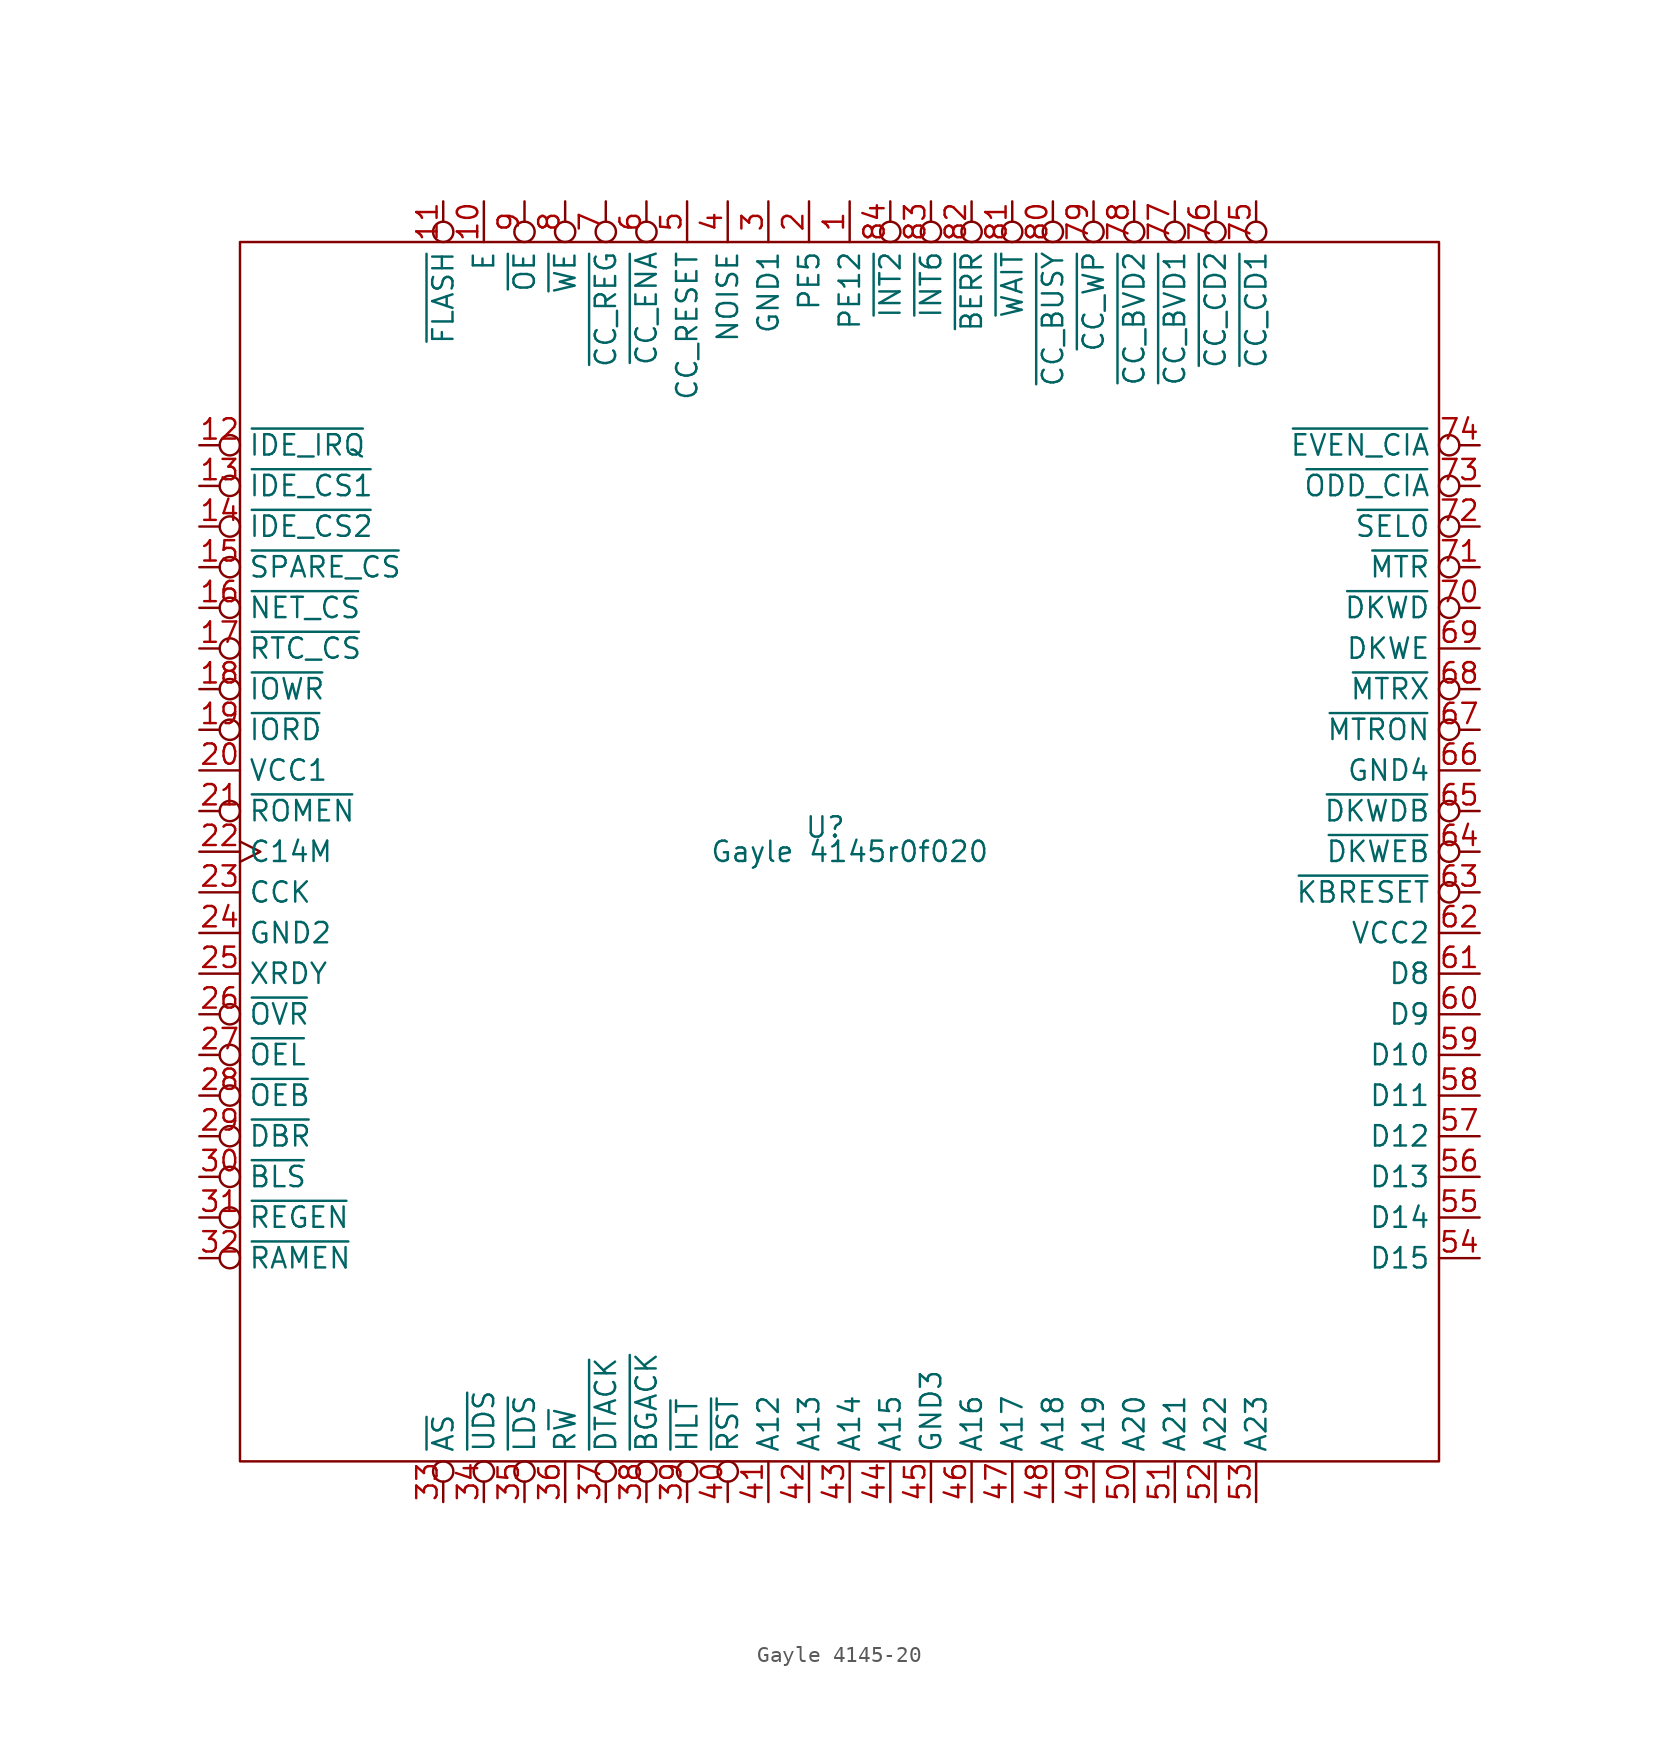
<source format=kicad_sym>
(kicad_symbol_lib
  (version 20241209)
  (generator "kicad_symbol_editor")
  (generator_version "9.0")
  (symbol "Gayle 4145-20"
    (property "Reference" "U"
      (at -1.524 1.524 0)
      (effects (font (size 1.27 1.27))))
    (property "Value" "Gayle 4145r0f020"
      (at 0 0 0)
      (effects (font (size 1.27 1.27))))
    (symbol "Gayle 4145-20_0_1"
      (rectangle (start -38.1 38.1) (end 36.83 -38.1) (stroke (width 0) (type default)) (fill (type none))))
    (symbol "Gayle 4145-20_1_1"
      (pin input inverted (at -40.64 25.4 0) (length 2.54) (name "~{IDE_IRQ}" (effects (font (size 1.27 1.27)))) (number "12" (effects (font (size 1.27 1.27)))))
      (pin output inverted (at -40.64 22.86 0) (length 2.54) (name "~{IDE_CS1}" (effects (font (size 1.27 1.27)))) (number "13" (effects (font (size 1.27 1.27)))))
      (pin output inverted (at -40.64 20.32 0) (length 2.54) (name "~{IDE_CS2}" (effects (font (size 1.27 1.27)))) (number "14" (effects (font (size 1.27 1.27)))))
      (pin output inverted (at -40.64 17.78 0) (length 2.54) (name "~{SPARE_CS}" (effects (font (size 1.27 1.27)))) (number "15" (effects (font (size 1.27 1.27)))))
      (pin output inverted (at -40.64 15.24 0) (length 2.54) (name "~{NET_CS}" (effects (font (size 1.27 1.27)))) (number "16" (effects (font (size 1.27 1.27)))))
      (pin output inverted (at -40.64 12.7 0) (length 2.54) (name "~{RTC_CS}" (effects (font (size 1.27 1.27)))) (number "17" (effects (font (size 1.27 1.27)))))
      (pin output inverted (at -40.64 10.16 0) (length 2.54) (name "~{IOWR}" (effects (font (size 1.27 1.27)))) (number "18" (effects (font (size 1.27 1.27)))))
      (pin output inverted (at -40.64 7.62 0) (length 2.54) (name "~{IORD}" (effects (font (size 1.27 1.27)))) (number "19" (effects (font (size 1.27 1.27)))))
      (pin power_in line (at -40.64 5.08 0) (length 2.54) (name "VCC1" (effects (font (size 1.27 1.27)))) (number "20" (effects (font (size 1.27 1.27)))))
      (pin output inverted (at -40.64 2.54 0) (length 2.54) (name "~{ROMEN}" (effects (font (size 1.27 1.27)))) (number "21" (effects (font (size 1.27 1.27)))))
      (pin input clock (at -40.64 0 0) (length 2.54) (name "C14M" (effects (font (size 1.27 1.27)))) (number "22" (effects (font (size 1.27 1.27)))))
      (pin input line (at -40.64 -2.54 0) (length 2.54) (name "CCK" (effects (font (size 1.27 1.27)))) (number "23" (effects (font (size 1.27 1.27)))))
      (pin power_in line (at -40.64 -5.08 0) (length 2.54) (name "GND2" (effects (font (size 1.27 1.27)))) (number "24" (effects (font (size 1.27 1.27)))))
      (pin input line (at -40.64 -7.62 0) (length 2.54) (name "XRDY" (effects (font (size 1.27 1.27)))) (number "25" (effects (font (size 1.27 1.27)))))
      (pin input inverted (at -40.64 -10.16 0) (length 2.54) (name "~{OVR}" (effects (font (size 1.27 1.27)))) (number "26" (effects (font (size 1.27 1.27)))))
      (pin input inverted (at -40.64 -12.7 0) (length 2.54) (name "~{OEL}" (effects (font (size 1.27 1.27)))) (number "27" (effects (font (size 1.27 1.27)))))
      (pin input inverted (at -40.64 -15.24 0) (length 2.54) (name "~{OEB}" (effects (font (size 1.27 1.27)))) (number "28" (effects (font (size 1.27 1.27)))))
      (pin input inverted (at -40.64 -17.78 0) (length 2.54) (name "~{DBR}" (effects (font (size 1.27 1.27)))) (number "29" (effects (font (size 1.27 1.27)))))
      (pin output inverted (at -40.64 -20.32 0) (length 2.54) (name "~{BLS}" (effects (font (size 1.27 1.27)))) (number "30" (effects (font (size 1.27 1.27)))))
      (pin output inverted (at -40.64 -22.86 0) (length 2.54) (name "~{REGEN}" (effects (font (size 1.27 1.27)))) (number "31" (effects (font (size 1.27 1.27)))))
      (pin output inverted (at -40.64 -25.4 0) (length 2.54) (name "~{RAMEN}" (effects (font (size 1.27 1.27)))) (number "32" (effects (font (size 1.27 1.27)))))
      (pin output inverted (at -25.4 40.64 270) (length 2.54) (name "~{FLASH}" (effects (font (size 1.27 1.27)))) (number "11" (effects (font (size 1.27 1.27)))))
      (pin input inverted (at -25.4 -40.64 90) (length 2.54) (name "~{AS}" (effects (font (size 1.27 1.27)))) (number "33" (effects (font (size 1.27 1.27)))))
      (pin output line (at -22.86 40.64 270) (length 2.54) (name "E" (effects (font (size 1.27 1.27)))) (number "10" (effects (font (size 1.27 1.27)))))
      (pin input inverted (at -22.86 -40.64 90) (length 2.54) (name "~{UDS}" (effects (font (size 1.27 1.27)))) (number "34" (effects (font (size 1.27 1.27)))))
      (pin output inverted (at -20.32 40.64 270) (length 2.54) (name "~{OE}" (effects (font (size 1.27 1.27)))) (number "9" (effects (font (size 1.27 1.27)))))
      (pin input inverted (at -20.32 -40.64 90) (length 2.54) (name "~{LDS}" (effects (font (size 1.27 1.27)))) (number "35" (effects (font (size 1.27 1.27)))))
      (pin output inverted (at -17.78 40.64 270) (length 2.54) (name "~{WE}" (effects (font (size 1.27 1.27)))) (number "8" (effects (font (size 1.27 1.27)))))
      (pin input line (at -17.78 -40.64 90) (length 2.54) (name "R~{W}" (effects (font (size 1.27 1.27)))) (number "36" (effects (font (size 1.27 1.27)))))
      (pin output inverted (at -15.24 40.64 270) (length 2.54) (name "~{CC_REG}" (effects (font (size 1.27 1.27)))) (number "7" (effects (font (size 1.27 1.27)))))
      (pin bidirectional inverted (at -15.24 -40.64 90) (length 2.54) (name "~{DTACK}" (effects (font (size 1.27 1.27)))) (number "37" (effects (font (size 1.27 1.27)))))
      (pin output inverted (at -12.7 40.64 270) (length 2.54) (name "~{CC_ENA}" (effects (font (size 1.27 1.27)))) (number "6" (effects (font (size 1.27 1.27)))))
      (pin input inverted (at -12.7 -40.64 90) (length 2.54) (name "~{BGACK}" (effects (font (size 1.27 1.27)))) (number "38" (effects (font (size 1.27 1.27)))))
      (pin output line (at -10.16 40.64 270) (length 2.54) (name "CC_RESET" (effects (font (size 1.27 1.27)))) (number "5" (effects (font (size 1.27 1.27)))))
      (pin input inverted (at -10.16 -40.64 90) (length 2.54) (name "~{HLT}" (effects (font (size 1.27 1.27)))) (number "39" (effects (font (size 1.27 1.27)))))
      (pin output line (at -7.62 40.64 270) (length 2.54) (name "NOISE" (effects (font (size 1.27 1.27)))) (number "4" (effects (font (size 1.27 1.27)))))
      (pin input inverted (at -7.62 -40.64 90) (length 2.54) (name "~{RST}" (effects (font (size 1.27 1.27)))) (number "40" (effects (font (size 1.27 1.27)))))
      (pin power_in line (at -5.08 40.64 270) (length 2.54) (name "GND1" (effects (font (size 1.27 1.27)))) (number "3" (effects (font (size 1.27 1.27)))))
      (pin input line (at -5.08 -40.64 90) (length 2.54) (name "A12" (effects (font (size 1.27 1.27)))) (number "41" (effects (font (size 1.27 1.27)))))
      (pin output line (at -2.54 40.64 270) (length 2.54) (name "PE5" (effects (font (size 1.27 1.27)))) (number "2" (effects (font (size 1.27 1.27)))))
      (pin input line (at -2.54 -40.64 90) (length 2.54) (name "A13" (effects (font (size 1.27 1.27)))) (number "42" (effects (font (size 1.27 1.27)))))
      (pin output line (at 0 40.64 270) (length 2.54) (name "PE12" (effects (font (size 1.27 1.27)))) (number "1" (effects (font (size 1.27 1.27)))))
      (pin input line (at 0 -40.64 90) (length 2.54) (name "A14" (effects (font (size 1.27 1.27)))) (number "43" (effects (font (size 1.27 1.27)))))
      (pin output inverted (at 2.54 40.64 270) (length 2.54) (name "~{INT2}" (effects (font (size 1.27 1.27)))) (number "84" (effects (font (size 1.27 1.27)))))
      (pin input line (at 2.54 -40.64 90) (length 2.54) (name "A15" (effects (font (size 1.27 1.27)))) (number "44" (effects (font (size 1.27 1.27)))))
      (pin output inverted (at 5.08 40.64 270) (length 2.54) (name "~{INT6}" (effects (font (size 1.27 1.27)))) (number "83" (effects (font (size 1.27 1.27)))))
      (pin power_in line (at 5.08 -40.64 90) (length 2.54) (name "GND3" (effects (font (size 1.27 1.27)))) (number "45" (effects (font (size 1.27 1.27)))))
      (pin input inverted (at 7.62 40.64 270) (length 2.54) (name "~{BERR}" (effects (font (size 1.27 1.27)))) (number "82" (effects (font (size 1.27 1.27)))))
      (pin input line (at 7.62 -40.64 90) (length 2.54) (name "A16" (effects (font (size 1.27 1.27)))) (number "46" (effects (font (size 1.27 1.27)))))
      (pin input inverted (at 10.16 40.64 270) (length 2.54) (name "~{WAIT}" (effects (font (size 1.27 1.27)))) (number "81" (effects (font (size 1.27 1.27)))))
      (pin input line (at 10.16 -40.64 90) (length 2.54) (name "A17" (effects (font (size 1.27 1.27)))) (number "47" (effects (font (size 1.27 1.27)))))
      (pin input inverted (at 12.7 40.64 270) (length 2.54) (name "~{CC_BUSY}" (effects (font (size 1.27 1.27)))) (number "80" (effects (font (size 1.27 1.27)))))
      (pin input line (at 12.7 -40.64 90) (length 2.54) (name "A18" (effects (font (size 1.27 1.27)))) (number "48" (effects (font (size 1.27 1.27)))))
      (pin input inverted (at 15.24 40.64 270) (length 2.54) (name "~{CC_WP}" (effects (font (size 1.27 1.27)))) (number "79" (effects (font (size 1.27 1.27)))))
      (pin input line (at 15.24 -40.64 90) (length 2.54) (name "A19" (effects (font (size 1.27 1.27)))) (number "49" (effects (font (size 1.27 1.27)))))
      (pin input inverted (at 17.78 40.64 270) (length 2.54) (name "~{CC_BVD2}" (effects (font (size 1.27 1.27)))) (number "78" (effects (font (size 1.27 1.27)))))
      (pin input line (at 17.78 -40.64 90) (length 2.54) (name "A20" (effects (font (size 1.27 1.27)))) (number "50" (effects (font (size 1.27 1.27)))))
      (pin input inverted (at 20.32 40.64 270) (length 2.54) (name "~{CC_BVD1}" (effects (font (size 1.27 1.27)))) (number "77" (effects (font (size 1.27 1.27)))))
      (pin input line (at 20.32 -40.64 90) (length 2.54) (name "A21" (effects (font (size 1.27 1.27)))) (number "51" (effects (font (size 1.27 1.27)))))
      (pin input inverted (at 22.86 40.64 270) (length 2.54) (name "~{CC_CD2}" (effects (font (size 1.27 1.27)))) (number "76" (effects (font (size 1.27 1.27)))))
      (pin input line (at 22.86 -40.64 90) (length 2.54) (name "A22" (effects (font (size 1.27 1.27)))) (number "52" (effects (font (size 1.27 1.27)))))
      (pin input inverted (at 25.4 40.64 270) (length 2.54) (name "~{CC_CD1}" (effects (font (size 1.27 1.27)))) (number "75" (effects (font (size 1.27 1.27)))))
      (pin input line (at 25.4 -40.64 90) (length 2.54) (name "A23" (effects (font (size 1.27 1.27)))) (number "53" (effects (font (size 1.27 1.27)))))
      (pin output inverted (at 39.37 25.4 180) (length 2.54) (name "~{EVEN_CIA}" (effects (font (size 1.27 1.27)))) (number "74" (effects (font (size 1.27 1.27)))))
      (pin output inverted (at 39.37 22.86 180) (length 2.54) (name "~{ODD_CIA}" (effects (font (size 1.27 1.27)))) (number "73" (effects (font (size 1.27 1.27)))))
      (pin input inverted (at 39.37 20.32 180) (length 2.54) (name "~{SEL0}" (effects (font (size 1.27 1.27)))) (number "72" (effects (font (size 1.27 1.27)))))
      (pin input inverted (at 39.37 17.78 180) (length 2.54) (name "~{MTR}" (effects (font (size 1.27 1.27)))) (number "71" (effects (font (size 1.27 1.27)))))
      (pin input inverted (at 39.37 15.24 180) (length 2.54) (name "~{DKWD}" (effects (font (size 1.27 1.27)))) (number "70" (effects (font (size 1.27 1.27)))))
      (pin input line (at 39.37 12.7 180) (length 2.54) (name "DKWE" (effects (font (size 1.27 1.27)))) (number "69" (effects (font (size 1.27 1.27)))))
      (pin output inverted (at 39.37 10.16 180) (length 2.54) (name "~{MTRX}" (effects (font (size 1.27 1.27)))) (number "68" (effects (font (size 1.27 1.27)))))
      (pin output inverted (at 39.37 7.62 180) (length 2.54) (name "~{MTRON}" (effects (font (size 1.27 1.27)))) (number "67" (effects (font (size 1.27 1.27)))))
      (pin power_in line (at 39.37 5.08 180) (length 2.54) (name "GND4" (effects (font (size 1.27 1.27)))) (number "66" (effects (font (size 1.27 1.27)))))
      (pin output inverted (at 39.37 2.54 180) (length 2.54) (name "~{DKWDB}" (effects (font (size 1.27 1.27)))) (number "65" (effects (font (size 1.27 1.27)))))
      (pin output inverted (at 39.37 0 180) (length 2.54) (name "~{DKWEB}" (effects (font (size 1.27 1.27)))) (number "64" (effects (font (size 1.27 1.27)))))
      (pin input inverted (at 39.37 -2.54 180) (length 2.54) (name "~{KBRESET}" (effects (font (size 1.27 1.27)))) (number "63" (effects (font (size 1.27 1.27)))))
      (pin power_in line (at 39.37 -5.08 180) (length 2.54) (name "VCC2" (effects (font (size 1.27 1.27)))) (number "62" (effects (font (size 1.27 1.27)))))
      (pin bidirectional line (at 39.37 -7.62 180) (length 2.54) (name "D8" (effects (font (size 1.27 1.27)))) (number "61" (effects (font (size 1.27 1.27)))))
      (pin bidirectional line (at 39.37 -10.16 180) (length 2.54) (name "D9" (effects (font (size 1.27 1.27)))) (number "60" (effects (font (size 1.27 1.27)))))
      (pin bidirectional line (at 39.37 -12.7 180) (length 2.54) (name "D10" (effects (font (size 1.27 1.27)))) (number "59" (effects (font (size 1.27 1.27)))))
      (pin bidirectional line (at 39.37 -15.24 180) (length 2.54) (name "D11" (effects (font (size 1.27 1.27)))) (number "58" (effects (font (size 1.27 1.27)))))
      (pin bidirectional line (at 39.37 -17.78 180) (length 2.54) (name "D12" (effects (font (size 1.27 1.27)))) (number "57" (effects (font (size 1.27 1.27)))))
      (pin bidirectional line (at 39.37 -20.32 180) (length 2.54) (name "D13" (effects (font (size 1.27 1.27)))) (number "56" (effects (font (size 1.27 1.27)))))
      (pin bidirectional line (at 39.37 -22.86 180) (length 2.54) (name "D14" (effects (font (size 1.27 1.27)))) (number "55" (effects (font (size 1.27 1.27)))))
      (pin bidirectional line (at 39.37 -25.4 180) (length 2.54) (name "D15" (effects (font (size 1.27 1.27)))) (number "54" (effects (font (size 1.27 1.27))))))))
</source>
